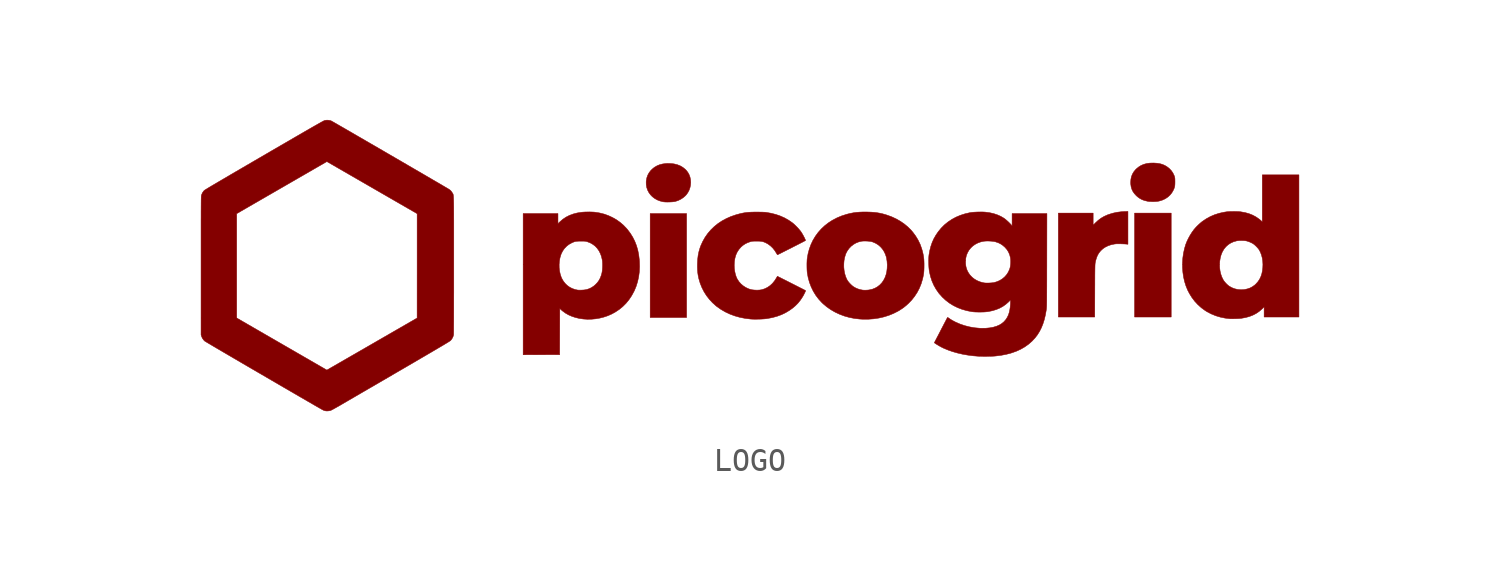
<source format=kicad_sym>
(kicad_symbol_lib
  (version 20210619)
  (generator bitmap2component)
  (symbol "LOGO"
    (pin_names
      (offset 1.016))
    (property "Reference" "#G"
      (at 0 5.71 0)
      (effects (font (size 1.27 1.27)) hide))
    (symbol "LOGO_0_0"
      (polyline (pts (xy -18.363 -6.343) (xy -18.301 -6.33) (xy -18.3 -6.33) (xy -18.281 -6.322) (xy -18.246 -6.304) (xy -18.198 -6.279) (xy -18.138 -6.246) (xy -18.068 -6.207) (xy -17.99 -6.163) (xy -17.905 -6.115) (xy -17.816 -6.063) (xy -17.524 -5.893) (xy -17.194 -5.701) (xy -16.88 -5.518) (xy -16.582 -5.345) (xy -16.299 -5.181) (xy -16.033 -5.026) (xy -15.78 -4.879) (xy -15.543 -4.74) (xy -15.319 -4.61) (xy -15.109 -4.488) (xy -14.912 -4.373) (xy -14.728 -4.266) (xy -14.556 -4.165) (xy -14.397 -4.072) (xy -14.248 -3.985) (xy -14.111 -3.905) (xy -13.985 -3.831) (xy -13.868 -3.763) (xy -13.762 -3.7) (xy -13.665 -3.643) (xy -13.577 -3.591) (xy -13.498 -3.545) (xy -13.426 -3.502) (xy -13.363 -3.465) (xy -13.307 -3.431) (xy -13.258 -3.401) (xy -13.215 -3.376) (xy -13.178 -3.353) (xy -13.148 -3.334) (xy -13.122 -3.318) (xy -13.101 -3.304) (xy -13.085 -3.293) (xy -13.073 -3.285) (xy -13.064 -3.278) (xy -13.058 -3.273) (xy -13.018 -3.224) (xy -12.979 -3.161) (xy -12.948 -3.093) (xy -12.93 -3.029) (xy -12.929 -3.023) (xy -12.928 -2.997) (xy -12.927 -2.951) (xy -12.926 -2.886) (xy -12.925 -2.801) (xy -12.925 -2.697) (xy -12.924 -2.574) (xy -12.923 -2.431) (xy -12.922 -2.27) (xy -12.922 -2.09) (xy -12.921 -1.892) (xy -12.921 -1.675) (xy -12.921 -1.44) (xy -12.92 -1.187) (xy -12.92 -0.917) (xy -12.92 -0.628) (xy -12.92 -0.322) (xy -12.92 0.002) (xy -12.92 1.421) (xy -12.92 1.614) (xy -12.92 1.791) (xy -12.92 1.954) (xy -12.921 2.103) (xy -12.921 2.238) (xy -12.922 2.36) (xy -12.922 2.471) (xy -12.923 2.569) (xy -12.924 2.658) (xy -12.925 2.736) (xy -12.927 2.804) (xy -12.928 2.864) (xy -12.93 2.916) (xy -12.932 2.96) (xy -12.934 2.998) (xy -12.937 3.03) (xy -12.94 3.056) (xy -12.943 3.078) (xy -12.946 3.095) (xy -12.95 3.11) (xy -12.954 3.122) (xy -12.958 3.131) (xy -12.963 3.14) (xy -12.968 3.148) (xy -12.974 3.155) (xy -12.98 3.164) (xy -12.986 3.174) (xy -12.993 3.185) (xy -13.03 3.239) (xy -13.069 3.281) (xy -13.115 3.317) (xy -13.12 3.321) (xy -13.143 3.335) (xy -13.182 3.358) (xy -13.236 3.39) (xy -13.304 3.43) (xy -13.386 3.478) (xy -13.48 3.534) (xy -13.586 3.596) (xy -13.704 3.664) (xy -13.831 3.738) (xy -13.967 3.818) (xy -14.112 3.902) (xy -14.264 3.991) (xy -14.424 4.084) (xy -14.589 4.18) (xy -14.759 4.279) (xy -14.934 4.381) (xy -15.112 4.485) (xy -15.292 4.59) (xy -15.475 4.696) (xy -15.659 4.803) (xy -15.842 4.909) (xy -16.025 5.016) (xy -16.207 5.121) (xy -16.386 5.225) (xy -16.562 5.327) (xy -16.734 5.427) (xy -16.901 5.524) (xy -17.062 5.617) (xy -17.217 5.707) (xy -17.365 5.793) (xy -17.505 5.874) (xy -17.635 5.949) (xy -17.756 6.019) (xy -17.866 6.082) (xy -17.965 6.139) (xy -18.051 6.189) (xy -18.125 6.231) (xy -18.184 6.265) (xy -18.229 6.29) (xy -18.258 6.306) (xy -18.27 6.313) (xy -18.317 6.329) (xy -18.396 6.342) (xy -18.479 6.343) (xy -18.555 6.331) (xy -18.556 6.331) (xy -18.565 6.328) (xy -18.578 6.322) (xy -18.598 6.312) (xy -18.623 6.299) (xy -18.654 6.283) (xy -18.692 6.262) (xy -18.738 6.237) (xy -18.792 6.206) (xy -18.855 6.171) (xy -18.926 6.13) (xy -19.008 6.084) (xy -19.099 6.032) (xy -19.201 5.973) (xy -19.315 5.907) (xy -19.441 5.835) (xy -19.578 5.755) (xy -19.729 5.668) (xy -19.893 5.573) (xy -20.071 5.469) (xy -20.264 5.357) (xy -20.472 5.237) (xy -20.695 5.107) (xy -20.935 4.968) (xy -21.191 4.818) (xy -21.415 4.688) (xy -21.688 4.529) (xy -21.944 4.38) (xy -22.183 4.24) (xy -22.405 4.111) (xy -22.611 3.991) (xy -22.799 3.88) (xy -22.971 3.779) (xy -23.127 3.688) (xy -23.266 3.606) (xy -23.39 3.533) (xy -23.497 3.47) (xy -23.588 3.416) (xy -23.663 3.37) (xy -23.722 3.334) (xy -23.766 3.307) (xy -23.794 3.289) (xy -23.807 3.28) (xy -23.84 3.246) (xy -23.894 3.168) (xy -23.931 3.079) (xy -23.933 3.075) (xy -23.935 3.068) (xy -23.936 3.061) (xy -23.938 3.051) (xy -23.939 3.039) (xy -23.941 3.025) (xy -23.942 3.006) (xy -23.943 2.983) (xy -23.944 2.955) (xy -23.945 2.921) (xy -23.946 2.881) (xy -23.947 2.834) (xy -23.947 2.779) (xy -23.948 2.715) (xy -23.948 2.643) (xy -23.949 2.56) (xy -23.949 2.467) (xy -23.95 2.363) (xy -23.95 2.247) (xy -23.95 2.118) (xy -23.951 1.976) (xy -23.951 1.821) (xy -23.951 1.65) (xy -23.951 1.465) (xy -23.951 1.263) (xy -23.951 1.045) (xy -23.951 0.557) (xy -23.951 0.285) (xy -23.951 -2.291) (xy -22.397 -2.291) (xy -22.397 2.263) (xy -20.428 3.4) (xy -18.459 4.537) (xy -16.489 3.4) (xy -14.519 2.263) (xy -14.519 -0.015) (xy -14.52 -2.293) (xy -16.433 -3.397) (xy -16.474 -3.421) (xy -16.655 -3.525) (xy -16.831 -3.627) (xy -17.002 -3.725) (xy -17.168 -3.821) (xy -17.326 -3.912) (xy -17.477 -3.999) (xy -17.619 -4.081) (xy -17.753 -4.158) (xy -17.876 -4.229) (xy -17.988 -4.294) (xy -18.089 -4.352) (xy -18.177 -4.403) (xy -18.253 -4.446) (xy -18.314 -4.481) (xy -18.36 -4.508) (xy -18.39 -4.525) (xy -18.404 -4.533) (xy -18.46 -4.565) (xy -20.429 -3.428) (xy -22.397 -2.291) (xy -23.951 -2.291) (xy -23.951 -3.028) (xy -23.93 -3.09) (xy -23.93 -3.093) (xy -23.896 -3.168) (xy -23.85 -3.238) (xy -23.796 -3.295) (xy -23.791 -3.299) (xy -23.768 -3.313) (xy -23.729 -3.336) (xy -23.676 -3.369) (xy -23.608 -3.409) (xy -23.526 -3.457) (xy -23.433 -3.513) (xy -23.327 -3.575) (xy -23.21 -3.644) (xy -23.083 -3.718) (xy -22.947 -3.798) (xy -22.802 -3.883) (xy -22.65 -3.972) (xy -22.491 -4.065) (xy -22.325 -4.162) (xy -22.155 -4.262) (xy -21.98 -4.364) (xy -21.802 -4.468) (xy -21.621 -4.573) (xy -21.438 -4.68) (xy -21.254 -4.787) (xy -21.07 -4.894) (xy -20.887 -5.001) (xy -20.705 -5.107) (xy -20.525 -5.212) (xy -20.348 -5.315) (xy -20.175 -5.415) (xy -20.007 -5.513) (xy -19.845 -5.607) (xy -19.689 -5.698) (xy -19.54 -5.784) (xy -19.399 -5.865) (xy -19.268 -5.942) (xy -19.145 -6.012) (xy -19.034 -6.077) (xy -18.934 -6.135) (xy -18.846 -6.185) (xy -18.771 -6.228) (xy -18.709 -6.263) (xy -18.663 -6.289) (xy -18.632 -6.306) (xy -18.617 -6.314) (xy -18.593 -6.323) (xy -18.551 -6.337) (xy -18.516 -6.345) (xy -18.49 -6.349) (xy -18.428 -6.349) (xy -18.363 -6.343)) (stroke (width 0.01)) (fill (type outline)))
      (polyline (pts (xy 10.308 -3.965) (xy 10.395 -3.964) (xy 10.477 -3.963) (xy 10.552 -3.961) (xy 10.615 -3.959) (xy 10.662 -3.956) (xy 10.727 -3.951) (xy 10.975 -3.92) (xy 11.208 -3.875) (xy 11.427 -3.816) (xy 11.633 -3.743) (xy 11.824 -3.656) (xy 12.001 -3.554) (xy 12.164 -3.439) (xy 12.313 -3.309) (xy 12.329 -3.293) (xy 12.449 -3.164) (xy 12.555 -3.026) (xy 12.648 -2.878) (xy 12.729 -2.718) (xy 12.798 -2.546) (xy 12.857 -2.359) (xy 12.905 -2.157) (xy 12.943 -1.938) (xy 12.944 -1.932) (xy 12.946 -1.915) (xy 12.948 -1.898) (xy 12.95 -1.88) (xy 12.952 -1.86) (xy 12.954 -1.838) (xy 12.955 -1.812) (xy 12.957 -1.782) (xy 12.958 -1.747) (xy 12.959 -1.706) (xy 12.96 -1.657) (xy 12.961 -1.601) (xy 12.962 -1.536) (xy 12.962 -1.462) (xy 12.963 -1.377) (xy 12.963 -1.28) (xy 12.964 -1.172) (xy 12.964 -1.051) (xy 12.965 -0.915) (xy 12.965 -0.765) (xy 12.966 -0.6) (xy 12.966 -0.417) (xy 12.966 -0.218) (xy 12.967 0.000300) (xy 12.967 0.237) (xy 12.97 2.268) (xy 11.451 2.268) (xy 11.451 1.996) (xy 11.451 1.724) (xy 11.424 1.759) (xy 11.395 1.794) (xy 11.351 1.84) (xy 11.3 1.891) (xy 11.245 1.942) (xy 11.19 1.99) (xy 11.139 2.032) (xy 11.097 2.062) (xy 11.092 2.066) (xy 10.955 2.146) (xy 10.808 2.211) (xy 10.65 2.264) (xy 10.479 2.303) (xy 10.293 2.329) (xy 10.246 2.333) (xy 10.163 2.337) (xy 10.07 2.337) (xy 9.972 2.336) (xy 9.873 2.332) (xy 9.78 2.327) (xy 9.696 2.319) (xy 9.627 2.309) (xy 9.604 2.305) (xy 9.392 2.256) (xy 9.191 2.191) (xy 9 2.11) (xy 8.821 2.013) (xy 8.653 1.901) (xy 8.498 1.775) (xy 8.356 1.633) (xy 8.229 1.478) (xy 8.125 1.327) (xy 8.036 1.171) (xy 7.963 1.009) (xy 7.904 0.838) (xy 7.857 0.656) (xy 7.822 0.46) (xy 7.821 0.449) (xy 7.815 0.384) (xy 7.811 0.304) (xy 7.81 0.215) (xy 7.81 0.208) (xy 9.42 0.208) (xy 9.43 0.321) (xy 9.452 0.424) (xy 9.456 0.438) (xy 9.503 0.557) (xy 9.566 0.666) (xy 9.644 0.765) (xy 9.736 0.852) (xy 9.842 0.926) (xy 9.958 0.986) (xy 10.085 1.031) (xy 10.22 1.06) (xy 10.233 1.061) (xy 10.308 1.067) (xy 10.392 1.069) (xy 10.48 1.066) (xy 10.567 1.06) (xy 10.646 1.05) (xy 10.712 1.037) (xy 10.734 1.031) (xy 10.846 0.993) (xy 10.946 0.944) (xy 11.039 0.883) (xy 11.129 0.805) (xy 11.145 0.789) (xy 11.229 0.692) (xy 11.295 0.584) (xy 11.345 0.466) (xy 11.377 0.34) (xy 11.387 0.259) (xy 11.39 0.161) (xy 11.386 0.062) (xy 11.375 -0.032) (xy 11.357 -0.114) (xy 11.335 -0.178) (xy 11.28 -0.297) (xy 11.209 -0.405) (xy 11.123 -0.501) (xy 11.024 -0.584) (xy 10.912 -0.653) (xy 10.789 -0.707) (xy 10.657 -0.745) (xy 10.62 -0.751) (xy 10.559 -0.757) (xy 10.49 -0.762) (xy 10.417 -0.765) (xy 10.347 -0.765) (xy 10.285 -0.764) (xy 10.237 -0.759) (xy 10.188 -0.75) (xy 10.054 -0.714) (xy 9.929 -0.663) (xy 9.814 -0.598) (xy 9.712 -0.519) (xy 9.623 -0.428) (xy 9.548 -0.326) (xy 9.489 -0.214) (xy 9.448 -0.094) (xy 9.432 -0.02) (xy 9.42 0.092) (xy 9.42 0.208) (xy 7.81 0.208) (xy 7.81 0.121) (xy 7.813 0.026) (xy 7.817 -0.065) (xy 7.824 -0.146) (xy 7.832 -0.215) (xy 7.843 -0.278) (xy 7.889 -0.482) (xy 7.953 -0.677) (xy 8.034 -0.861) (xy 8.132 -1.035) (xy 8.246 -1.199) (xy 8.269 -1.228) (xy 8.405 -1.38) (xy 8.554 -1.518) (xy 8.715 -1.641) (xy 8.888 -1.748) (xy 9.073 -1.839) (xy 9.269 -1.914) (xy 9.476 -1.973) (xy 9.692 -2.015) (xy 9.757 -2.023) (xy 9.841 -2.029) (xy 9.935 -2.032) (xy 10.034 -2.033) (xy 10.133 -2.032) (xy 10.228 -2.029) (xy 10.312 -2.023) (xy 10.382 -2.015) (xy 10.415 -2.01) (xy 10.594 -1.973) (xy 10.758 -1.923) (xy 10.909 -1.861) (xy 11.048 -1.785) (xy 11.175 -1.695) (xy 11.294 -1.591) (xy 11.381 -1.504) (xy 11.381 -1.584) (xy 11.378 -1.691) (xy 11.367 -1.823) (xy 11.349 -1.946) (xy 11.323 -2.058) (xy 11.291 -2.155) (xy 11.245 -2.255) (xy 11.178 -2.36) (xy 11.097 -2.453) (xy 11.003 -2.532) (xy 10.895 -2.598) (xy 10.772 -2.651) (xy 10.634 -2.692) (xy 10.48 -2.721) (xy 10.312 -2.737) (xy 10.254 -2.74) (xy 10.036 -2.738) (xy 9.816 -2.718) (xy 9.598 -2.68) (xy 9.383 -2.626) (xy 9.175 -2.555) (xy 8.978 -2.469) (xy 8.945 -2.452) (xy 8.883 -2.419) (xy 8.822 -2.385) (xy 8.769 -2.353) (xy 8.728 -2.325) (xy 8.696 -2.303) (xy 8.665 -2.282) (xy 8.642 -2.27) (xy 8.632 -2.267) (xy 8.632 -2.267) (xy 8.625 -2.278) (xy 8.611 -2.305) (xy 8.588 -2.347) (xy 8.56 -2.402) (xy 8.525 -2.469) (xy 8.485 -2.545) (xy 8.441 -2.63) (xy 8.393 -2.721) (xy 8.343 -2.818) (xy 8.339 -2.827) (xy 8.289 -2.923) (xy 8.242 -3.014) (xy 8.198 -3.098) (xy 8.159 -3.173) (xy 8.125 -3.239) (xy 8.097 -3.292) (xy 8.076 -3.333) (xy 8.062 -3.359) (xy 8.057 -3.369) (xy 8.057 -3.369) (xy 8.065 -3.378) (xy 8.086 -3.395) (xy 8.12 -3.418) (xy 8.163 -3.445) (xy 8.212 -3.475) (xy 8.264 -3.506) (xy 8.317 -3.535) (xy 8.368 -3.563) (xy 8.472 -3.614) (xy 8.655 -3.69) (xy 8.852 -3.759) (xy 9.062 -3.819) (xy 9.281 -3.87) (xy 9.508 -3.91) (xy 9.739 -3.941) (xy 9.972 -3.96) (xy 10.003 -3.961) (xy 10.065 -3.963) (xy 10.139 -3.964) (xy 10.221 -3.965) (xy 10.308 -3.965)) (stroke (width 0.01)) (fill (type outline)))
      (polyline (pts (xy -9.095 -3.894) (xy -8.299 -3.892) (xy -8.296 -2.884) (xy -8.293 -1.877) (xy -8.224 -1.941) (xy -8.175 -1.984) (xy -8.049 -2.076) (xy -7.911 -2.155) (xy -7.761 -2.22) (xy -7.603 -2.272) (xy -7.436 -2.311) (xy -7.263 -2.336) (xy -7.086 -2.347) (xy -6.906 -2.344) (xy -6.725 -2.327) (xy -6.545 -2.296) (xy -6.368 -2.251) (xy -6.194 -2.192) (xy -6.026 -2.118) (xy -5.867 -2.03) (xy -5.698 -1.918) (xy -5.543 -1.791) (xy -5.401 -1.649) (xy -5.273 -1.492) (xy -5.158 -1.321) (xy -5.056 -1.134) (xy -5.037 -1.096) (xy -4.958 -0.904) (xy -4.896 -0.703) (xy -4.85 -0.493) (xy -4.821 -0.276) (xy -4.81 -0.053) (xy -4.816 0.174) (xy -4.822 0.252) (xy -4.848 0.47) (xy -4.889 0.676) (xy -4.946 0.87) (xy -5.018 1.054) (xy -5.106 1.231) (xy -5.211 1.4) (xy -5.333 1.564) (xy -5.372 1.61) (xy -5.508 1.753) (xy -5.658 1.882) (xy -5.82 1.997) (xy -5.993 2.096) (xy -6.175 2.18) (xy -6.366 2.247) (xy -6.564 2.296) (xy -6.767 2.328) (xy -6.82 2.332) (xy -6.903 2.336) (xy -6.995 2.338) (xy -7.091 2.337) (xy -7.186 2.335) (xy -7.274 2.33) (xy -7.348 2.323) (xy -7.349 2.323) (xy -7.535 2.293) (xy -7.709 2.248) (xy -7.87 2.188) (xy -8.018 2.113) (xy -8.155 2.022) (xy -8.279 1.916) (xy -8.373 1.826) (xy -8.373 2.268) (xy -9.892 2.268) (xy -9.892 0.048) (xy -8.321 0.048) (xy -8.309 0.194) (xy -8.284 0.336) (xy -8.244 0.47) (xy -8.224 0.522) (xy -8.162 0.641) (xy -8.085 0.749) (xy -7.993 0.843) (xy -7.889 0.924) (xy -7.772 0.988) (xy -7.724 1.01) (xy -7.673 1.03) (xy -7.624 1.045) (xy -7.573 1.054) (xy -7.516 1.06) (xy -7.448 1.063) (xy -7.364 1.064) (xy -7.309 1.063) (xy -7.255 1.063) (xy -7.214 1.061) (xy -7.181 1.058) (xy -7.152 1.053) (xy -7.123 1.046) (xy -7.089 1.036) (xy -6.964 0.988) (xy -6.85 0.923) (xy -6.747 0.844) (xy -6.658 0.749) (xy -6.582 0.641) (xy -6.52 0.52) (xy -6.472 0.387) (xy -6.439 0.241) (xy -6.431 0.177) (xy -6.426 0.09) (xy -6.425 -0.004) (xy -6.428 -0.099) (xy -6.434 -0.192) (xy -6.445 -0.275) (xy -6.458 -0.345) (xy -6.486 -0.44) (xy -6.529 -0.552) (xy -6.583 -0.652) (xy -6.65 -0.744) (xy -6.731 -0.83) (xy -6.806 -0.895) (xy -6.905 -0.962) (xy -7.01 -1.013) (xy -7.126 -1.05) (xy -7.129 -1.05) (xy -7.186 -1.061) (xy -7.256 -1.069) (xy -7.331 -1.073) (xy -7.406 -1.075) (xy -7.474 -1.074) (xy -7.529 -1.069) (xy -7.622 -1.049) (xy -7.746 -1.006) (xy -7.862 -0.947) (xy -7.968 -0.871) (xy -8.061 -0.78) (xy -8.142 -0.675) (xy -8.209 -0.557) (xy -8.229 -0.511) (xy -8.272 -0.383) (xy -8.302 -0.244) (xy -8.319 -0.1) (xy -8.321 0.048) (xy -9.892 0.048) (xy -9.892 -3.897) (xy -9.095 -3.894)) (stroke (width 0.01)) (fill (type outline)))
      (polyline (pts (xy 0.381 -2.342) (xy 0.475 -2.34) (xy 0.563 -2.335) (xy 0.641 -2.33) (xy 0.704 -2.324) (xy 0.767 -2.315) (xy 0.983 -2.274) (xy 1.186 -2.219) (xy 1.378 -2.149) (xy 1.558 -2.063) (xy 1.729 -1.961) (xy 1.862 -1.866) (xy 1.993 -1.756) (xy 2.11 -1.636) (xy 2.215 -1.504) (xy 2.311 -1.358) (xy 2.315 -1.351) (xy 2.341 -1.306) (xy 2.366 -1.258) (xy 2.39 -1.211) (xy 2.411 -1.168) (xy 2.427 -1.132) (xy 2.436 -1.107) (xy 2.437 -1.095) (xy 2.436 -1.095) (xy 2.422 -1.087) (xy 2.392 -1.071) (xy 2.349 -1.049) (xy 2.293 -1.02) (xy 2.227 -0.987) (xy 2.153 -0.949) (xy 2.072 -0.908) (xy 1.986 -0.864) (xy 1.897 -0.819) (xy 1.806 -0.773) (xy 1.716 -0.727) (xy 1.628 -0.682) (xy 1.544 -0.64) (xy 1.464 -0.6) (xy 1.393 -0.564) (xy 1.33 -0.532) (xy 1.278 -0.507) (xy 1.239 -0.487) (xy 1.214 -0.475) (xy 1.205 -0.471) (xy 1.203 -0.475) (xy 1.192 -0.493) (xy 1.175 -0.523) (xy 1.154 -0.559) (xy 1.081 -0.672) (xy 0.989 -0.783) (xy 0.887 -0.877) (xy 0.776 -0.954) (xy 0.655 -1.014) (xy 0.523 -1.056) (xy 0.497 -1.061) (xy 0.432 -1.07) (xy 0.355 -1.074) (xy 0.273 -1.074) (xy 0.192 -1.07) (xy 0.117 -1.062) (xy 0.055 -1.051) (xy -0.048 -1.019) (xy -0.169 -0.963) (xy -0.282 -0.891) (xy -0.383 -0.805) (xy -0.471 -0.707) (xy -0.544 -0.597) (xy -0.553 -0.58) (xy -0.596 -0.482) (xy -0.631 -0.37) (xy -0.657 -0.249) (xy -0.674 -0.122) (xy -0.679 0.006) (xy -0.679 0.023) (xy -0.67 0.182) (xy -0.645 0.329) (xy -0.605 0.464) (xy -0.549 0.587) (xy -0.476 0.699) (xy -0.389 0.799) (xy -0.359 0.828) (xy -0.277 0.895) (xy -0.19 0.951) (xy -0.093 0.997) (xy 0.019 1.037) (xy 0.046 1.045) (xy 0.075 1.052) (xy 0.103 1.057) (xy 0.135 1.06) (xy 0.175 1.062) (xy 0.227 1.063) (xy 0.295 1.064) (xy 0.362 1.063) (xy 0.438 1.061) (xy 0.501 1.054) (xy 0.557 1.044) (xy 0.61 1.028) (xy 0.664 1.007) (xy 0.724 0.978) (xy 0.8 0.935) (xy 0.905 0.857) (xy 1.002 0.764) (xy 1.089 0.656) (xy 1.164 0.537) (xy 1.168 0.53) (xy 1.186 0.499) (xy 1.202 0.478) (xy 1.211 0.47) (xy 1.221 0.474) (xy 1.247 0.486) (xy 1.288 0.506) (xy 1.341 0.532) (xy 1.404 0.564) (xy 1.476 0.601) (xy 1.556 0.641) (xy 1.641 0.684) (xy 1.73 0.729) (xy 1.82 0.774) (xy 1.91 0.821) (xy 1.999 0.866) (xy 2.084 0.909) (xy 2.164 0.95) (xy 2.237 0.988) (xy 2.301 1.02) (xy 2.354 1.048) (xy 2.395 1.07) (xy 2.422 1.084) (xy 2.432 1.09) (xy 2.433 1.094) (xy 2.429 1.113) (xy 2.416 1.144) (xy 2.397 1.186) (xy 2.373 1.234) (xy 2.346 1.287) (xy 2.316 1.341) (xy 2.286 1.393) (xy 2.257 1.439) (xy 2.231 1.479) (xy 2.196 1.524) (xy 2.134 1.599) (xy 2.063 1.676) (xy 1.989 1.75) (xy 1.916 1.818) (xy 1.848 1.873) (xy 1.692 1.98) (xy 1.519 2.078) (xy 1.335 2.16) (xy 1.139 2.228) (xy 0.931 2.281) (xy 0.709 2.32) (xy 0.664 2.325) (xy 0.599 2.328) (xy 0.517 2.331) (xy 0.415 2.332) (xy 0.295 2.333) (xy 0.285 2.333) (xy 0.168 2.332) (xy 0.066 2.329) (xy -0.024 2.325) (xy -0.105 2.318) (xy -0.181 2.309) (xy -0.257 2.297) (xy -0.335 2.282) (xy -0.42 2.263) (xy -0.61 2.211) (xy -0.825 2.137) (xy -1.027 2.047) (xy -1.217 1.944) (xy -1.393 1.827) (xy -1.554 1.696) (xy -1.702 1.552) (xy -1.835 1.396) (xy -1.953 1.227) (xy -2.055 1.046) (xy -2.142 0.853) (xy -2.174 0.763) (xy -2.22 0.606) (xy -2.254 0.441) (xy -2.275 0.265) (xy -2.285 0.075) (xy -2.286 -0.064) (xy -2.282 -0.19) (xy -2.272 -0.307) (xy -2.256 -0.421) (xy -2.233 -0.536) (xy -2.224 -0.575) (xy -2.166 -0.772) (xy -2.09 -0.962) (xy -1.997 -1.144) (xy -1.888 -1.317) (xy -1.763 -1.478) (xy -1.625 -1.627) (xy -1.474 -1.762) (xy -1.444 -1.786) (xy -1.264 -1.913) (xy -1.072 -2.025) (xy -0.869 -2.121) (xy -0.655 -2.2) (xy -0.431 -2.263) (xy -0.198 -2.309) (xy 0.045 -2.338) (xy 0.05 -2.338) (xy 0.117 -2.342) (xy 0.197 -2.344) (xy 0.287 -2.344) (xy 0.381 -2.342)) (stroke (width 0.01)) (fill (type outline)))
      (polyline (pts (xy 5.406 -2.328) (xy 5.635 -2.294) (xy 5.857 -2.243) (xy 6.07 -2.176) (xy 6.274 -2.093) (xy 6.468 -1.995) (xy 6.65 -1.881) (xy 6.761 -1.799) (xy 6.92 -1.661) (xy 7.064 -1.512) (xy 7.192 -1.35) (xy 7.305 -1.178) (xy 7.401 -0.995) (xy 7.479 -0.804) (xy 7.539 -0.605) (xy 7.556 -0.534) (xy 7.574 -0.449) (xy 7.588 -0.368) (xy 7.598 -0.287) (xy 7.604 -0.201) (xy 7.607 -0.106) (xy 7.608 0.005) (xy 7.608 0.089) (xy 7.605 0.189) (xy 7.6 0.276) (xy 7.591 0.358) (xy 7.578 0.438) (xy 7.561 0.522) (xy 7.539 0.615) (xy 7.505 0.735) (xy 7.436 0.926) (xy 7.348 1.109) (xy 7.242 1.285) (xy 7.117 1.454) (xy 7.041 1.544) (xy 6.902 1.682) (xy 6.748 1.81) (xy 6.581 1.926) (xy 6.402 2.029) (xy 6.213 2.118) (xy 6.015 2.192) (xy 5.932 2.219) (xy 5.804 2.255) (xy 5.682 2.283) (xy 5.559 2.304) (xy 5.431 2.32) (xy 5.293 2.33) (xy 5.14 2.335) (xy 5.097 2.336) (xy 4.938 2.336) (xy 4.793 2.33) (xy 4.656 2.319) (xy 4.525 2.301) (xy 4.394 2.276) (xy 4.259 2.243) (xy 4.212 2.23) (xy 3.999 2.161) (xy 3.798 2.076) (xy 3.609 1.976) (xy 3.433 1.863) (xy 3.269 1.735) (xy 3.12 1.595) (xy 2.984 1.442) (xy 2.864 1.277) (xy 2.759 1.102) (xy 2.671 0.916) (xy 2.599 0.72) (xy 2.544 0.515) (xy 2.507 0.302) (xy 2.506 0.298) (xy 2.501 0.241) (xy 2.498 0.169) (xy 2.495 0.087) (xy 2.495 0.067) (xy 4.104 0.067) (xy 4.115 0.209) (xy 4.14 0.345) (xy 4.178 0.474) (xy 4.195 0.519) (xy 4.255 0.636) (xy 4.33 0.742) (xy 4.419 0.836) (xy 4.52 0.916) (xy 4.632 0.981) (xy 4.752 1.029) (xy 4.88 1.06) (xy 4.897 1.062) (xy 4.962 1.067) (xy 5.037 1.068) (xy 5.116 1.066) (xy 5.193 1.06) (xy 5.263 1.052) (xy 5.319 1.041) (xy 5.378 1.022) (xy 5.495 0.971) (xy 5.603 0.904) (xy 5.701 0.821) (xy 5.787 0.725) (xy 5.859 0.617) (xy 5.917 0.497) (xy 5.96 0.369) (xy 5.97 0.326) (xy 5.992 0.183) (xy 6.002 0.033) (xy 5.997 -0.119) (xy 5.98 -0.267) (xy 5.952 -0.388) (xy 5.906 -0.52) (xy 5.845 -0.64) (xy 5.771 -0.748) (xy 5.683 -0.842) (xy 5.584 -0.922) (xy 5.473 -0.986) (xy 5.352 -1.034) (xy 5.221 -1.064) (xy 5.176 -1.07) (xy 5.109 -1.075) (xy 5.039 -1.077) (xy 4.974 -1.076) (xy 4.921 -1.072) (xy 4.818 -1.052) (xy 4.707 -1.017) (xy 4.604 -0.971) (xy 4.513 -0.916) (xy 4.502 -0.908) (xy 4.451 -0.865) (xy 4.396 -0.813) (xy 4.344 -0.757) (xy 4.298 -0.702) (xy 4.264 -0.653) (xy 4.233 -0.599) (xy 4.183 -0.482) (xy 4.145 -0.354) (xy 4.119 -0.217) (xy 4.105 -0.076) (xy 4.104 0.067) (xy 2.495 0.067) (xy 2.495 0.001) (xy 2.496 -0.085) (xy 2.498 -0.167) (xy 2.502 -0.238) (xy 2.507 -0.295) (xy 2.51 -0.322) (xy 2.549 -0.534) (xy 2.606 -0.738) (xy 2.68 -0.933) (xy 2.771 -1.12) (xy 2.878 -1.296) (xy 3.002 -1.461) (xy 3.142 -1.614) (xy 3.206 -1.675) (xy 3.367 -1.81) (xy 3.542 -1.931) (xy 3.728 -2.038) (xy 3.925 -2.13) (xy 4.132 -2.207) (xy 4.347 -2.267) (xy 4.568 -2.311) (xy 4.795 -2.337) (xy 4.932 -2.345) (xy 5.171 -2.345) (xy 5.406 -2.328)) (stroke (width 0.01)) (fill (type outline)))
      (polyline (pts (xy 21.127 -2.323) (xy 21.197 -2.321) (xy 21.268 -2.319) (xy 21.334 -2.316) (xy 21.391 -2.312) (xy 21.433 -2.308) (xy 21.457 -2.305) (xy 21.639 -2.272) (xy 21.807 -2.227) (xy 21.961 -2.167) (xy 22.104 -2.093) (xy 22.235 -2.004) (xy 22.355 -1.9) (xy 22.452 -1.806) (xy 22.452 -2.248) (xy 23.971 -2.248) (xy 23.971 3.957) (xy 22.372 3.957) (xy 22.372 1.908) (xy 22.299 1.972) (xy 22.228 2.03) (xy 22.091 2.124) (xy 21.944 2.202) (xy 21.787 2.264) (xy 21.617 2.311) (xy 21.435 2.343) (xy 21.419 2.345) (xy 21.343 2.352) (xy 21.255 2.356) (xy 21.159 2.358) (xy 21.061 2.357) (xy 20.966 2.355) (xy 20.879 2.35) (xy 20.807 2.343) (xy 20.694 2.325) (xy 20.487 2.279) (xy 20.29 2.216) (xy 20.101 2.135) (xy 19.921 2.036) (xy 19.749 1.919) (xy 19.736 1.909) (xy 19.665 1.85) (xy 19.59 1.782) (xy 19.516 1.71) (xy 19.448 1.638) (xy 19.392 1.572) (xy 19.385 1.564) (xy 19.3 1.446) (xy 19.219 1.317) (xy 19.145 1.183) (xy 19.081 1.048) (xy 19.03 0.92) (xy 18.978 0.745) (xy 18.933 0.542) (xy 18.903 0.334) (xy 18.889 0.123) (xy 18.889 0.044) (xy 20.506 0.044) (xy 20.515 0.187) (xy 20.537 0.326) (xy 20.572 0.459) (xy 20.622 0.583) (xy 20.636 0.611) (xy 20.706 0.727) (xy 20.79 0.827) (xy 20.887 0.913) (xy 20.997 0.983) (xy 21.117 1.037) (xy 21.248 1.074) (xy 21.282 1.08) (xy 21.356 1.088) (xy 21.438 1.091) (xy 21.523 1.09) (xy 21.601 1.084) (xy 21.668 1.075) (xy 21.708 1.065) (xy 21.793 1.037) (xy 21.88 1) (xy 21.961 0.958) (xy 21.965 0.955) (xy 22.006 0.926) (xy 22.054 0.885) (xy 22.105 0.837) (xy 22.153 0.786) (xy 22.196 0.738) (xy 22.228 0.695) (xy 22.232 0.689) (xy 22.289 0.582) (xy 22.335 0.461) (xy 22.37 0.329) (xy 22.391 0.189) (xy 22.399 0.044) (xy 22.393 -0.104) (xy 22.38 -0.216) (xy 22.352 -0.356) (xy 22.31 -0.483) (xy 22.255 -0.598) (xy 22.186 -0.702) (xy 22.102 -0.797) (xy 22.043 -0.853) (xy 21.943 -0.925) (xy 21.836 -0.982) (xy 21.718 -1.022) (xy 21.588 -1.049) (xy 21.561 -1.052) (xy 21.427 -1.058) (xy 21.294 -1.045) (xy 21.165 -1.015) (xy 21.043 -0.968) (xy 20.929 -0.904) (xy 20.899 -0.883) (xy 20.841 -0.833) (xy 20.782 -0.774) (xy 20.727 -0.713) (xy 20.684 -0.653) (xy 20.662 -0.618) (xy 20.605 -0.503) (xy 20.561 -0.376) (xy 20.529 -0.241) (xy 20.511 -0.1) (xy 20.506 0.044) (xy 18.889 0.044) (xy 18.889 -0.089) (xy 18.905 -0.299) (xy 18.935 -0.505) (xy 18.98 -0.704) (xy 19.04 -0.894) (xy 19.113 -1.073) (xy 19.193 -1.226) (xy 19.303 -1.403) (xy 19.428 -1.567) (xy 19.567 -1.716) (xy 19.719 -1.851) (xy 19.883 -1.97) (xy 19.965 -2.021) (xy 20.144 -2.114) (xy 20.334 -2.192) (xy 20.534 -2.252) (xy 20.742 -2.296) (xy 20.959 -2.322) (xy 20.963 -2.322) (xy 21.005 -2.324) (xy 21.061 -2.324) (xy 21.127 -2.323)) (stroke (width 0.01)) (fill (type outline)))
      (polyline (pts (xy -2.758 2.268) (xy -4.347 2.268) (xy -4.347 -2.268) (xy -2.758 -2.268) (xy -2.758 2.268)) (stroke (width 0.01)) (fill (type outline)))
      (polyline (pts (xy 15.061 -1.107) (xy 15.061 -0.995) (xy 15.062 -0.83) (xy 15.062 -0.683) (xy 15.063 -0.552) (xy 15.063 -0.438) (xy 15.064 -0.338) (xy 15.065 -0.252) (xy 15.066 -0.177) (xy 15.067 -0.114) (xy 15.068 -0.061) (xy 15.069 -0.017) (xy 15.07 0.02) (xy 15.072 0.05) (xy 15.074 0.075) (xy 15.076 0.096) (xy 15.079 0.114) (xy 15.081 0.13) (xy 15.085 0.148) (xy 15.104 0.229) (xy 15.129 0.311) (xy 15.156 0.388) (xy 15.184 0.452) (xy 15.237 0.543) (xy 15.316 0.641) (xy 15.409 0.728) (xy 15.516 0.801) (xy 15.636 0.86) (xy 15.769 0.905) (xy 15.912 0.936) (xy 15.913 0.936) (xy 15.959 0.942) (xy 16.008 0.946) (xy 16.063 0.947) (xy 16.13 0.947) (xy 16.212 0.946) (xy 16.216 0.945) (xy 16.281 0.943) (xy 16.341 0.941) (xy 16.394 0.938) (xy 16.435 0.935) (xy 16.459 0.933) (xy 16.507 0.927) (xy 16.507 2.361) (xy 16.345 2.355) (xy 16.228 2.348) (xy 16.026 2.323) (xy 15.833 2.28) (xy 15.649 2.222) (xy 15.608 2.206) (xy 15.466 2.142) (xy 15.337 2.067) (xy 15.216 1.978) (xy 15.101 1.873) (xy 14.988 1.762) (xy 14.988 2.288) (xy 13.469 2.288) (xy 13.469 -2.248) (xy 15.057 -2.248) (xy 15.061 -1.107)) (stroke (width 0.01)) (fill (type outline)))
      (polyline (pts (xy 18.395 2.288) (xy 16.797 2.288) (xy 16.797 -2.248) (xy 18.395 -2.248) (xy 18.395 2.288)) (stroke (width 0.01)) (fill (type outline)))
      (polyline (pts (xy -3.525 2.771) (xy -3.443 2.774) (xy -3.367 2.779) (xy -3.3 2.787) (xy -3.248 2.797) (xy -3.245 2.798) (xy -3.125 2.838) (xy -3.01 2.894) (xy -2.904 2.964) (xy -2.812 3.044) (xy -2.775 3.084) (xy -2.705 3.18) (xy -2.649 3.285) (xy -2.61 3.396) (xy -2.586 3.51) (xy -2.577 3.627) (xy -2.585 3.743) (xy -2.608 3.856) (xy -2.647 3.964) (xy -2.703 4.065) (xy -2.774 4.157) (xy -2.822 4.204) (xy -2.925 4.286) (xy -3.039 4.352) (xy -3.165 4.401) (xy -3.303 4.435) (xy -3.452 4.452) (xy -3.612 4.454) (xy -3.671 4.45) (xy -3.806 4.432) (xy -3.929 4.401) (xy -4.042 4.356) (xy -4.147 4.296) (xy -4.219 4.242) (xy -4.314 4.154) (xy -4.391 4.056) (xy -4.451 3.948) (xy -4.493 3.831) (xy -4.517 3.705) (xy -4.522 3.65) (xy -4.519 3.525) (xy -4.498 3.406) (xy -4.46 3.292) (xy -4.405 3.187) (xy -4.335 3.09) (xy -4.251 3.003) (xy -4.153 2.928) (xy -4.043 2.865) (xy -3.921 2.817) (xy -3.79 2.783) (xy -3.748 2.777) (xy -3.682 2.772) (xy -3.606 2.77) (xy -3.525 2.771)) (stroke (width 0.01)) (fill (type outline)))
      (polyline (pts (xy 17.694 2.791) (xy 17.764 2.796) (xy 17.821 2.803) (xy 17.898 2.82) (xy 18.026 2.861) (xy 18.144 2.918) (xy 18.25 2.99) (xy 18.343 3.075) (xy 18.422 3.172) (xy 18.485 3.282) (xy 18.496 3.304) (xy 18.52 3.359) (xy 18.537 3.409) (xy 18.549 3.458) (xy 18.556 3.513) (xy 18.559 3.578) (xy 18.56 3.657) (xy 18.56 3.671) (xy 18.559 3.731) (xy 18.558 3.776) (xy 18.555 3.811) (xy 18.55 3.84) (xy 18.544 3.868) (xy 18.534 3.899) (xy 18.52 3.936) (xy 18.466 4.046) (xy 18.395 4.147) (xy 18.307 4.238) (xy 18.204 4.317) (xy 18.198 4.321) (xy 18.105 4.374) (xy 18.006 4.415) (xy 17.899 4.445) (xy 17.78 4.464) (xy 17.646 4.473) (xy 17.617 4.474) (xy 17.465 4.47) (xy 17.325 4.451) (xy 17.198 4.416) (xy 17.08 4.366) (xy 16.973 4.3) (xy 16.874 4.218) (xy 16.847 4.192) (xy 16.767 4.096) (xy 16.705 3.993) (xy 16.661 3.882) (xy 16.636 3.763) (xy 16.627 3.633) (xy 16.629 3.56) (xy 16.645 3.441) (xy 16.676 3.332) (xy 16.724 3.232) (xy 16.789 3.138) (xy 16.873 3.047) (xy 16.938 2.99) (xy 17.032 2.924) (xy 17.133 2.871) (xy 17.245 2.832) (xy 17.371 2.803) (xy 17.401 2.798) (xy 17.465 2.792) (xy 17.538 2.79) (xy 17.617 2.789) (xy 17.694 2.791)) (stroke (width 0.01)) (fill (type outline))))))
</source>
